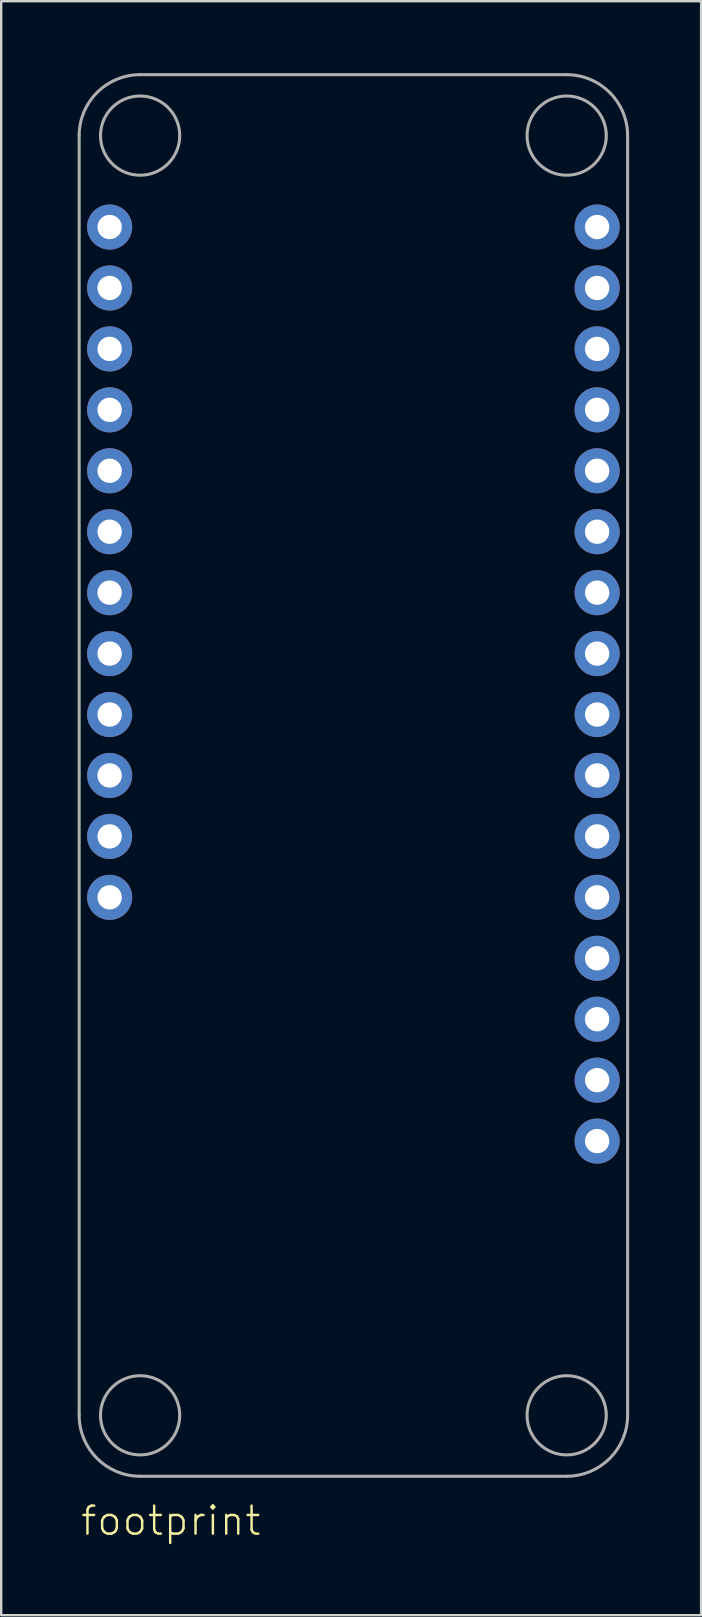
<source format=kicad_pcb>
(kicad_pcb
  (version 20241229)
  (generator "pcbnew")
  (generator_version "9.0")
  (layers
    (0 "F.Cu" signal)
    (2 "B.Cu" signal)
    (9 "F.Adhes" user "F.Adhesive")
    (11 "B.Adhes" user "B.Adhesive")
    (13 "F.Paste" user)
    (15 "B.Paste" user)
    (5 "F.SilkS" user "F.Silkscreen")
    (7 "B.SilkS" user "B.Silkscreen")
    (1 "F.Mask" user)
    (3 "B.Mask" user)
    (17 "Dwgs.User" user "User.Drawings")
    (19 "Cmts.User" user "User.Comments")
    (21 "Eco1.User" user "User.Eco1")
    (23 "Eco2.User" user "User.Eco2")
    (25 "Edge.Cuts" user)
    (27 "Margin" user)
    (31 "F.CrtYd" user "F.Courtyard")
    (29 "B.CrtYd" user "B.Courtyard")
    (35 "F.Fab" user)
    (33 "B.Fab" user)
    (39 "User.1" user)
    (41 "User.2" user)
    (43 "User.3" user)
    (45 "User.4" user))
  (footprint "footprint"
    (layer "F.Cu")
    (at 0.25 58.483)
    (property "Reference" "footprint" (at 0 2.54 0) (layer "F.SilkS") (effects (font (size 1.168 1.168) (thickness 0.102)) (justify left bottom)))
    (fp_line (start 0 -2.54) (end 0 -55.88) (stroke (width 0.127) (type solid)) (layer "F.Fab"))
    (fp_line (start 2.54 -58.42) (end 20.32 -58.42) (stroke (width 0.127) (type solid)) (layer "F.Fab"))
    (fp_line (start 20.32 0) (end 2.54 0) (stroke (width 0.127) (type solid)) (layer "F.Fab"))
    (fp_line (start 22.86 -55.88) (end 22.86 -2.54) (stroke (width 0.127) (type solid)) (layer "F.Fab"))
    (fp_arc (start 0 -55.88) (mid 0.743949 -57.676051) (end 2.54 -58.42) (stroke (width 0.127) (type solid)) (layer "F.Fab"))
    (fp_arc (start 2.54 0) (mid 0.743949 -0.743949) (end 0 -2.54) (stroke (width 0.127) (type solid)) (layer "F.Fab"))
    (fp_arc (start 20.32 -58.42) (mid 22.116051 -57.676051) (end 22.86 -55.88) (stroke (width 0.127) (type solid)) (layer "F.Fab"))
    (fp_arc (start 22.86 -2.54) (mid 22.116051 -0.743949) (end 20.32 0) (stroke (width 0.127) (type solid)) (layer "F.Fab"))
    (fp_circle (center 2.54 -55.88) (end 4.191 -55.88) (stroke (width 0.127) (type solid)) (fill no) (layer "F.Fab"))
    (fp_circle (center 2.54 -2.54) (end 4.191 -2.54) (stroke (width 0.127) (type solid)) (fill no) (layer "F.Fab"))
    (fp_circle (center 20.32 -55.88) (end 21.971 -55.88) (stroke (width 0.127) (type solid)) (fill no) (layer "F.Fab"))
    (fp_circle (center 20.32 -2.54) (end 21.971 -2.54) (stroke (width 0.127) (type solid)) (fill no) (layer "F.Fab"))
    (pad "1" thru_hole circle (at 1.27 -52.07) (size 1.88 1.88) (drill 1.016) (layers "*.Cu" "*.Mask"))
    (pad "2" thru_hole circle (at 1.27 -49.53) (size 1.88 1.88) (drill 1.016) (layers "*.Cu" "*.Mask"))
    (pad "3" thru_hole circle (at 1.27 -46.99) (size 1.88 1.88) (drill 1.016) (layers "*.Cu" "*.Mask"))
    (pad "4" thru_hole circle (at 1.27 -44.45) (size 1.88 1.88) (drill 1.016) (layers "*.Cu" "*.Mask"))
    (pad "5" thru_hole circle (at 1.27 -41.91) (size 1.88 1.88) (drill 1.016) (layers "*.Cu" "*.Mask"))
    (pad "6" thru_hole circle (at 1.27 -39.37) (size 1.88 1.88) (drill 1.016) (layers "*.Cu" "*.Mask"))
    (pad "7" thru_hole circle (at 1.27 -36.83) (size 1.88 1.88) (drill 1.016) (layers "*.Cu" "*.Mask"))
    (pad "8" thru_hole circle (at 1.27 -34.29) (size 1.88 1.88) (drill 1.016) (layers "*.Cu" "*.Mask"))
    (pad "9" thru_hole circle (at 1.27 -31.75) (size 1.88 1.88) (drill 1.016) (layers "*.Cu" "*.Mask"))
    (pad "10" thru_hole circle (at 1.27 -29.21) (size 1.88 1.88) (drill 1.016) (layers "*.Cu" "*.Mask"))
    (pad "11" thru_hole circle (at 1.27 -26.67) (size 1.88 1.88) (drill 1.016) (layers "*.Cu" "*.Mask"))
    (pad "12" thru_hole circle (at 1.27 -24.13) (size 1.88 1.88) (drill 1.016) (layers "*.Cu" "*.Mask"))
    (pad "13" thru_hole circle (at 21.59 -52.07) (size 1.88 1.88) (drill 1.016) (layers "*.Cu" "*.Mask"))
    (pad "14" thru_hole circle (at 21.59 -49.53) (size 1.88 1.88) (drill 1.016) (layers "*.Cu" "*.Mask"))
    (pad "15" thru_hole circle (at 21.59 -46.99) (size 1.88 1.88) (drill 1.016) (layers "*.Cu" "*.Mask"))
    (pad "16" thru_hole circle (at 21.59 -44.45) (size 1.88 1.88) (drill 1.016) (layers "*.Cu" "*.Mask"))
    (pad "17" thru_hole circle (at 21.59 -41.91) (size 1.88 1.88) (drill 1.016) (layers "*.Cu" "*.Mask"))
    (pad "18" thru_hole circle (at 21.59 -39.37) (size 1.88 1.88) (drill 1.016) (layers "*.Cu" "*.Mask"))
    (pad "19" thru_hole circle (at 21.59 -36.83) (size 1.88 1.88) (drill 1.016) (layers "*.Cu" "*.Mask"))
    (pad "20" thru_hole circle (at 21.59 -34.29) (size 1.88 1.88) (drill 1.016) (layers "*.Cu" "*.Mask"))
    (pad "21" thru_hole circle (at 21.59 -31.75) (size 1.88 1.88) (drill 1.016) (layers "*.Cu" "*.Mask"))
    (pad "22" thru_hole circle (at 21.59 -29.21) (size 1.88 1.88) (drill 1.016) (layers "*.Cu" "*.Mask"))
    (pad "23" thru_hole circle (at 21.59 -26.67) (size 1.88 1.88) (drill 1.016) (layers "*.Cu" "*.Mask"))
    (pad "24" thru_hole circle (at 21.59 -24.13) (size 1.88 1.88) (drill 1.016) (layers "*.Cu" "*.Mask"))
    (pad "25" thru_hole circle (at 21.59 -21.59) (size 1.88 1.88) (drill 1.016) (layers "*.Cu" "*.Mask"))
    (pad "26" thru_hole circle (at 21.59 -19.05) (size 1.88 1.88) (drill 1.016) (layers "*.Cu" "*.Mask"))
    (pad "27" thru_hole circle (at 21.59 -16.51) (size 1.88 1.88) (drill 1.016) (layers "*.Cu" "*.Mask"))
    (pad "28" thru_hole circle (at 21.59 -13.97) (size 1.88 1.88) (drill 1.016) (layers "*.Cu" "*.Mask")))
  (gr_rect
    (start -3 -3)
    (end 26.174 64.274)
    (stroke (width 0.1) (type default))
    (fill no)
    (layer "Edge.Cuts")))
</source>
